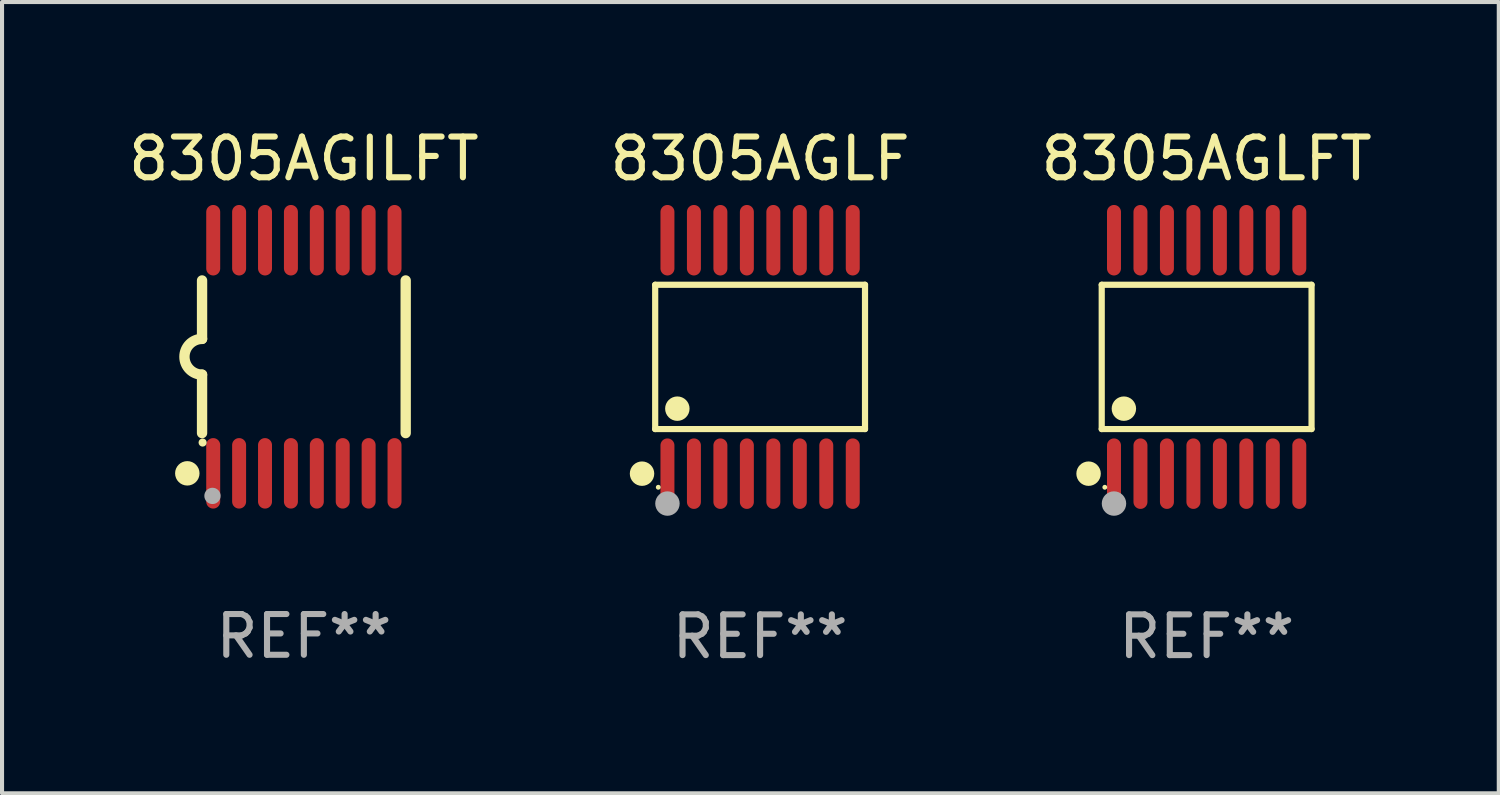
<source format=kicad_pcb>
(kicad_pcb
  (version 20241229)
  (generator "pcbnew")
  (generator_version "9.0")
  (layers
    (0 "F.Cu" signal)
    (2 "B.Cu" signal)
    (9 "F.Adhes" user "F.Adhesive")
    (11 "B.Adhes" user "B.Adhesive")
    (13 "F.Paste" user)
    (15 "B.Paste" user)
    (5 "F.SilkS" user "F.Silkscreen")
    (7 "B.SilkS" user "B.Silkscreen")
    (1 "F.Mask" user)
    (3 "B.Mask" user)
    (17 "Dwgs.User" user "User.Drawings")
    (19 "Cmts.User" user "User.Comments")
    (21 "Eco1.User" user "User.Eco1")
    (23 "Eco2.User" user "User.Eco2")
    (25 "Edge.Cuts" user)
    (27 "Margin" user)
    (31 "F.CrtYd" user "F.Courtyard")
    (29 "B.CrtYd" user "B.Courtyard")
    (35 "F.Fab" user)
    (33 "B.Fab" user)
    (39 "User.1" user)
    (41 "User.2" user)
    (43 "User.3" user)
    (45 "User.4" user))
  (footprint "8305AGLFT"
    (layer "F.Cu")
    (at 26.577 5.714)
    (property "Reference" "8305AGLFT" (at 0 -4.866 0) (layer "F.SilkS") (effects (font (size 1 1) (thickness 0.15))))
    (attr through_hole)
    (fp_line (start -2.576 -1.772) (end 2.576 -1.772) (stroke (width 0.152) (type solid)) (layer "F.SilkS"))
    (fp_line (start -2.576 1.771) (end -2.576 -1.772) (stroke (width 0.152) (type solid)) (layer "F.SilkS"))
    (fp_line (start 2.576 -1.772) (end 2.576 1.771) (stroke (width 0.152) (type solid)) (layer "F.SilkS"))
    (fp_line (start 2.576 1.771) (end -2.576 1.771) (stroke (width 0.152) (type solid)) (layer "F.SilkS"))
    (fp_circle (center -2.899 2.866) (end -2.749 2.866) (stroke (width 0.3) (type solid)) (fill no) (layer "F.SilkS"))
    (fp_circle (center -2.5 3.2) (end -2.47 3.2) (stroke (width 0.06) (type solid)) (fill no) (layer "F.SilkS"))
    (fp_circle (center -2.032 1.27) (end -1.882 1.27) (stroke (width 0.3) (type solid)) (fill no) (layer "F.SilkS"))
    (fp_circle (center -2.275 3.6) (end -2.125 3.6) (stroke (width 0.3) (type solid)) (fill no) (layer "F.Fab"))
    (fp_text user "REF**" (at 0 6.866 0) (layer "F.Fab") (effects (font (size 1 1) (thickness 0.15))))
    (pad "1" smd oval (at -2.275 2.866) (size 0.343 1.731) (layers "F.Cu" "F.Mask" "F.Paste"))
    (pad "2" smd oval (at -1.625 2.866) (size 0.343 1.731) (layers "F.Cu" "F.Mask" "F.Paste"))
    (pad "3" smd oval (at -0.975 2.866) (size 0.343 1.731) (layers "F.Cu" "F.Mask" "F.Paste"))
    (pad "4" smd oval (at -0.325 2.866) (size 0.343 1.731) (layers "F.Cu" "F.Mask" "F.Paste"))
    (pad "5" smd oval (at 0.325 2.866) (size 0.343 1.731) (layers "F.Cu" "F.Mask" "F.Paste"))
    (pad "6" smd oval (at 0.975 2.866) (size 0.343 1.731) (layers "F.Cu" "F.Mask" "F.Paste"))
    (pad "7" smd oval (at 1.625 2.866) (size 0.343 1.731) (layers "F.Cu" "F.Mask" "F.Paste"))
    (pad "8" smd oval (at 2.275 2.866) (size 0.343 1.731) (layers "F.Cu" "F.Mask" "F.Paste"))
    (pad "9" smd oval (at 2.275 -2.866) (size 0.343 1.731) (layers "F.Cu" "F.Mask" "F.Paste"))
    (pad "10" smd oval (at 1.625 -2.866) (size 0.343 1.731) (layers "F.Cu" "F.Mask" "F.Paste"))
    (pad "11" smd oval (at 0.975 -2.866) (size 0.343 1.731) (layers "F.Cu" "F.Mask" "F.Paste"))
    (pad "12" smd oval (at 0.325 -2.866) (size 0.343 1.731) (layers "F.Cu" "F.Mask" "F.Paste"))
    (pad "13" smd oval (at -0.325 -2.866) (size 0.343 1.731) (layers "F.Cu" "F.Mask" "F.Paste"))
    (pad "14" smd oval (at -0.975 -2.866) (size 0.343 1.731) (layers "F.Cu" "F.Mask" "F.Paste"))
    (pad "15" smd oval (at -1.625 -2.866) (size 0.343 1.731) (layers "F.Cu" "F.Mask" "F.Paste"))
    (pad "16" smd oval (at -2.275 -2.866) (size 0.343 1.731) (layers "F.Cu" "F.Mask" "F.Paste")))
  (footprint "8305AGLF"
    (layer "F.Cu")
    (at 15.613 5.714)
    (property "Reference" "8305AGLF" (at 0 -4.866 0) (layer "F.SilkS") (effects (font (size 1 1) (thickness 0.15))))
    (attr through_hole)
    (fp_line (start -2.576 -1.772) (end 2.576 -1.772) (stroke (width 0.152) (type solid)) (layer "F.SilkS"))
    (fp_line (start -2.576 1.771) (end -2.576 -1.772) (stroke (width 0.152) (type solid)) (layer "F.SilkS"))
    (fp_line (start 2.576 -1.772) (end 2.576 1.771) (stroke (width 0.152) (type solid)) (layer "F.SilkS"))
    (fp_line (start 2.576 1.771) (end -2.576 1.771) (stroke (width 0.152) (type solid)) (layer "F.SilkS"))
    (fp_circle (center -2.899 2.866) (end -2.749 2.866) (stroke (width 0.3) (type solid)) (fill no) (layer "F.SilkS"))
    (fp_circle (center -2.5 3.2) (end -2.47 3.2) (stroke (width 0.06) (type solid)) (fill no) (layer "F.SilkS"))
    (fp_circle (center -2.032 1.27) (end -1.882 1.27) (stroke (width 0.3) (type solid)) (fill no) (layer "F.SilkS"))
    (fp_circle (center -2.275 3.6) (end -2.125 3.6) (stroke (width 0.3) (type solid)) (fill no) (layer "F.Fab"))
    (fp_text user "REF**" (at 0 6.866 0) (layer "F.Fab") (effects (font (size 1 1) (thickness 0.15))))
    (pad "1" smd oval (at -2.275 2.866) (size 0.343 1.731) (layers "F.Cu" "F.Mask" "F.Paste"))
    (pad "2" smd oval (at -1.625 2.866) (size 0.343 1.731) (layers "F.Cu" "F.Mask" "F.Paste"))
    (pad "3" smd oval (at -0.975 2.866) (size 0.343 1.731) (layers "F.Cu" "F.Mask" "F.Paste"))
    (pad "4" smd oval (at -0.325 2.866) (size 0.343 1.731) (layers "F.Cu" "F.Mask" "F.Paste"))
    (pad "5" smd oval (at 0.325 2.866) (size 0.343 1.731) (layers "F.Cu" "F.Mask" "F.Paste"))
    (pad "6" smd oval (at 0.975 2.866) (size 0.343 1.731) (layers "F.Cu" "F.Mask" "F.Paste"))
    (pad "7" smd oval (at 1.625 2.866) (size 0.343 1.731) (layers "F.Cu" "F.Mask" "F.Paste"))
    (pad "8" smd oval (at 2.275 2.866) (size 0.343 1.731) (layers "F.Cu" "F.Mask" "F.Paste"))
    (pad "9" smd oval (at 2.275 -2.866) (size 0.343 1.731) (layers "F.Cu" "F.Mask" "F.Paste"))
    (pad "10" smd oval (at 1.625 -2.866) (size 0.343 1.731) (layers "F.Cu" "F.Mask" "F.Paste"))
    (pad "11" smd oval (at 0.975 -2.866) (size 0.343 1.731) (layers "F.Cu" "F.Mask" "F.Paste"))
    (pad "12" smd oval (at 0.325 -2.866) (size 0.343 1.731) (layers "F.Cu" "F.Mask" "F.Paste"))
    (pad "13" smd oval (at -0.325 -2.866) (size 0.343 1.731) (layers "F.Cu" "F.Mask" "F.Paste"))
    (pad "14" smd oval (at -0.975 -2.866) (size 0.343 1.731) (layers "F.Cu" "F.Mask" "F.Paste"))
    (pad "15" smd oval (at -1.625 -2.866) (size 0.343 1.731) (layers "F.Cu" "F.Mask" "F.Paste"))
    (pad "16" smd oval (at -2.275 -2.866) (size 0.343 1.731) (layers "F.Cu" "F.Mask" "F.Paste")))
  (footprint "8305AGILFT"
    (layer "F.Cu")
    (at 4.411 5.71)
    (property "Reference" "8305AGILFT" (at 0 -4.862 0) (layer "F.SilkS") (effects (font (size 1 1) (thickness 0.15))))
    (attr through_hole)
    (fp_line (start -2.5 -1.874) (end -2.5 -0.439) (stroke (width 0.254) (type solid)) (layer "F.SilkS"))
    (fp_line (start -2.5 1.874) (end -2.5 0.439) (stroke (width 0.254) (type solid)) (layer "F.SilkS"))
    (fp_line (start 2.5 -1.874) (end 2.5 1.874) (stroke (width 0.254) (type solid)) (layer "F.SilkS"))
    (fp_arc (start -2.5 0.438989) (mid -2.938633 -0.000597) (end -2.499365 -0.439547) (stroke (width 0.254001) (type solid)) (layer "F.SilkS"))
    (fp_circle (center -2.862 2.862) (end -2.712 2.862) (stroke (width 0.3) (type solid)) (fill no) (layer "F.SilkS"))
    (fp_circle (center -2.486 2.106) (end -2.436 2.106) (stroke (width 0.1) (type solid)) (fill no) (layer "F.SilkS"))
    (fp_circle (center -2.244 3.416) (end -2.144 3.416) (stroke (width 0.2) (type solid)) (fill no) (layer "F.Fab"))
    (fp_text user "REF**" (at 0 6.862 0) (layer "F.Fab") (effects (font (size 1 1) (thickness 0.15))))
    (pad "1" smd oval (at -2.226 2.862) (size 0.343 1.731) (layers "F.Cu" "F.Mask" "F.Paste"))
    (pad "2" smd oval (at -1.59 2.862) (size 0.343 1.731) (layers "F.Cu" "F.Mask" "F.Paste"))
    (pad "3" smd oval (at -0.954 2.862) (size 0.343 1.731) (layers "F.Cu" "F.Mask" "F.Paste"))
    (pad "4" smd oval (at -0.318 2.862) (size 0.343 1.731) (layers "F.Cu" "F.Mask" "F.Paste"))
    (pad "5" smd oval (at 0.318 2.862) (size 0.343 1.731) (layers "F.Cu" "F.Mask" "F.Paste"))
    (pad "6" smd oval (at 0.954 2.862) (size 0.343 1.731) (layers "F.Cu" "F.Mask" "F.Paste"))
    (pad "7" smd oval (at 1.59 2.862) (size 0.343 1.731) (layers "F.Cu" "F.Mask" "F.Paste"))
    (pad "8" smd oval (at 2.226 2.862) (size 0.343 1.731) (layers "F.Cu" "F.Mask" "F.Paste"))
    (pad "9" smd oval (at 2.226 -2.862) (size 0.343 1.731) (layers "F.Cu" "F.Mask" "F.Paste"))
    (pad "10" smd oval (at 1.59 -2.862) (size 0.343 1.731) (layers "F.Cu" "F.Mask" "F.Paste"))
    (pad "11" smd oval (at 0.954 -2.862) (size 0.343 1.731) (layers "F.Cu" "F.Mask" "F.Paste"))
    (pad "12" smd oval (at 0.318 -2.862) (size 0.343 1.731) (layers "F.Cu" "F.Mask" "F.Paste"))
    (pad "13" smd oval (at -0.318 -2.862) (size 0.343 1.731) (layers "F.Cu" "F.Mask" "F.Paste"))
    (pad "14" smd oval (at -0.954 -2.862) (size 0.343 1.731) (layers "F.Cu" "F.Mask" "F.Paste"))
    (pad "15" smd oval (at -1.59 -2.862) (size 0.343 1.731) (layers "F.Cu" "F.Mask" "F.Paste"))
    (pad "16" smd oval (at -2.226 -2.862) (size 0.343 1.731) (layers "F.Cu" "F.Mask" "F.Paste")))
  (gr_rect
    (start -3 -3)
    (end 33.75 16.428)
    (stroke (width 0.1) (type default))
    (fill no)
    (layer "Edge.Cuts")))
</source>
